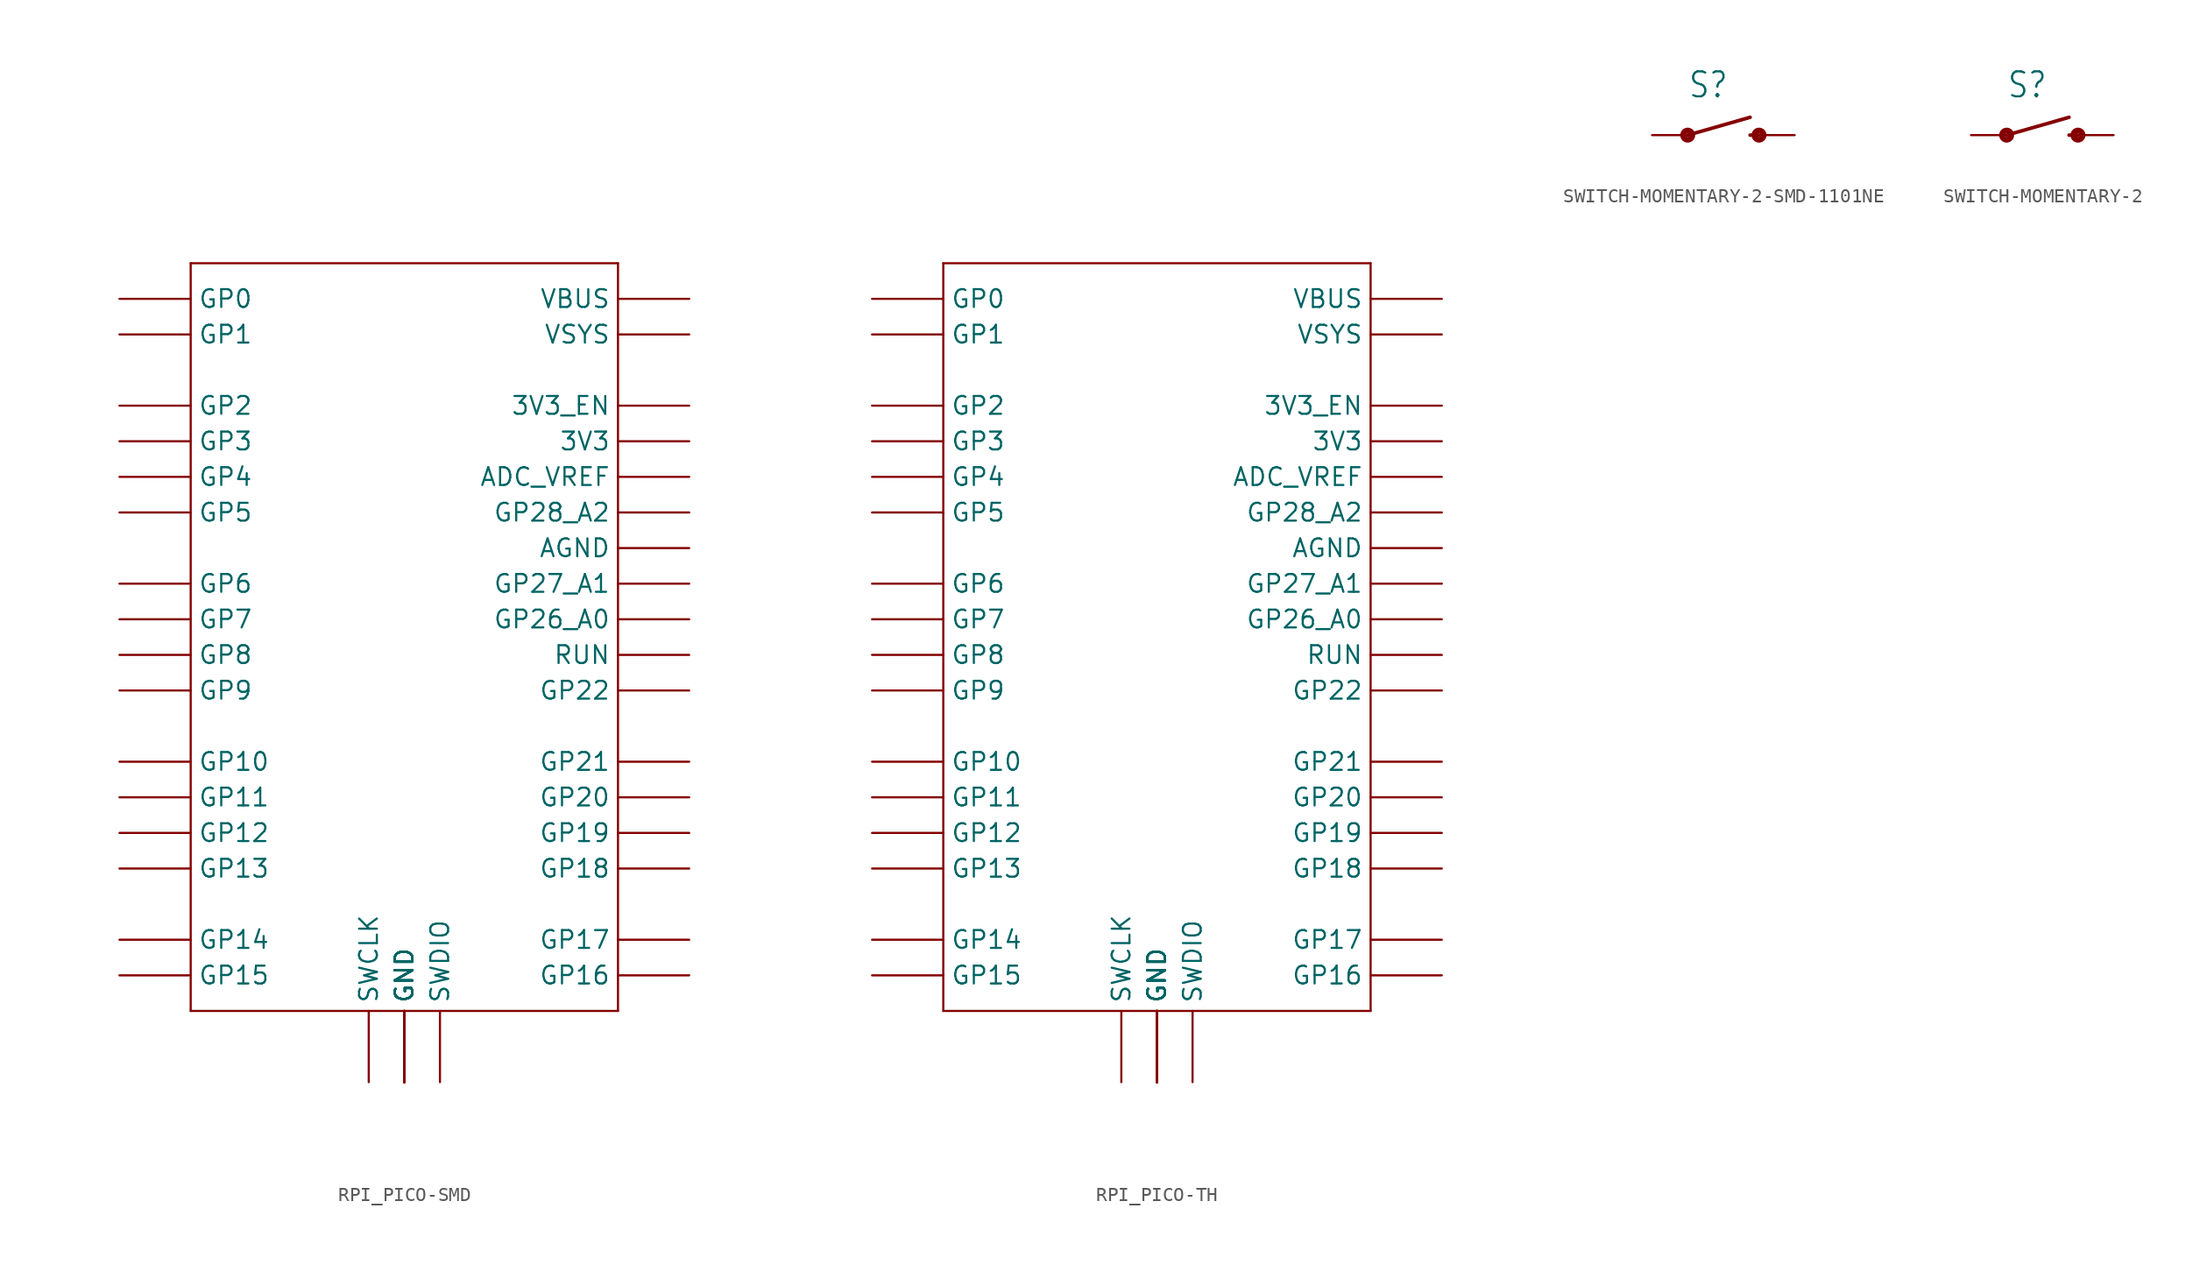
<source format=kicad_sym>
(kicad_symbol_lib
  (version 20231120)
  (generator "kicad_symbol_editor")
  (generator_version "8.0")
  (symbol "RPI_PICO-SMD"
    (property "Reference" ""
      (at 0 30.48 0)
      (effects (font (size 2.54 2.159)) (hide yes)))
    (property "Value" ""
      (at 0 35.56 0)
      (effects (font (size 2.54 2.159))))
    (property "ki_locked" ""
      (at 0 0 0)
      (effects (font (size 1.27 1.27))))
    (symbol "RPI_PICO-SMD_1_0"
      (polyline (pts (xy -15.24 -25.4) (xy 15.24 -25.4)) (stroke (width 0.152) (type solid)) (fill (type none)))
      (polyline (pts (xy -15.24 27.94) (xy -15.24 -25.4)) (stroke (width 0.152) (type solid)) (fill (type none)))
      (polyline (pts (xy 15.24 -25.4) (xy 15.24 27.94)) (stroke (width 0.152) (type solid)) (fill (type none)))
      (polyline (pts (xy 15.24 27.94) (xy -15.24 27.94)) (stroke (width 0.152) (type solid)) (fill (type none)))
      (pin bidirectional line (at 20.32 15.24 180) (length 5.08) (name "3V3" (effects (font (size 1.27 1.27)))) (number "3V3" (effects (font (size 0 0)))))
      (pin bidirectional line (at 20.32 17.78 180) (length 5.08) (name "3V3_EN" (effects (font (size 1.27 1.27)))) (number "3V3_EN" (effects (font (size 0 0)))))
      (pin bidirectional line (at 20.32 12.7 180) (length 5.08) (name "ADC_VREF" (effects (font (size 1.27 1.27)))) (number "ADC_VREF" (effects (font (size 0 0)))))
      (pin bidirectional line (at 20.32 7.62 180) (length 5.08) (name "AGND" (effects (font (size 1.27 1.27)))) (number "AGND" (effects (font (size 0 0)))))
      (pin bidirectional line (at 0 -30.48 90) (length 5.08) (name "GND" (effects (font (size 1.27 1.27)))) (number "GND@1" (effects (font (size 0 0)))))
      (pin bidirectional line (at 0 -30.48 90) (length 5.08) (name "GND" (effects (font (size 1.27 1.27)))) (number "GND@2" (effects (font (size 0 0)))))
      (pin bidirectional line (at 0 -30.48 90) (length 5.08) (name "GND" (effects (font (size 1.27 1.27)))) (number "GND@3" (effects (font (size 0 0)))))
      (pin bidirectional line (at 0 -30.48 90) (length 5.08) (name "GND" (effects (font (size 1.27 1.27)))) (number "GND@4" (effects (font (size 0 0)))))
      (pin bidirectional line (at 0 -30.48 90) (length 5.08) (name "GND" (effects (font (size 1.27 1.27)))) (number "GND@5" (effects (font (size 0 0)))))
      (pin bidirectional line (at 0 -30.48 90) (length 5.08) (name "GND" (effects (font (size 1.27 1.27)))) (number "GND@6" (effects (font (size 0 0)))))
      (pin bidirectional line (at 0 -30.48 90) (length 5.08) (name "GND" (effects (font (size 1.27 1.27)))) (number "GND@7" (effects (font (size 0 0)))))
      (pin bidirectional line (at 0 -30.48 90) (length 5.08) (name "GND" (effects (font (size 1.27 1.27)))) (number "GND@8" (effects (font (size 0 0)))))
      (pin bidirectional line (at -20.32 25.4 0) (length 5.08) (name "GP0" (effects (font (size 1.27 1.27)))) (number "GP0" (effects (font (size 0 0)))))
      (pin bidirectional line (at -20.32 22.86 0) (length 5.08) (name "GP1" (effects (font (size 1.27 1.27)))) (number "GP1" (effects (font (size 0 0)))))
      (pin bidirectional line (at -20.32 -7.62 0) (length 5.08) (name "GP10" (effects (font (size 1.27 1.27)))) (number "GP10" (effects (font (size 0 0)))))
      (pin bidirectional line (at -20.32 -10.16 0) (length 5.08) (name "GP11" (effects (font (size 1.27 1.27)))) (number "GP11" (effects (font (size 0 0)))))
      (pin bidirectional line (at -20.32 -12.7 0) (length 5.08) (name "GP12" (effects (font (size 1.27 1.27)))) (number "GP12" (effects (font (size 0 0)))))
      (pin bidirectional line (at -20.32 -15.24 0) (length 5.08) (name "GP13" (effects (font (size 1.27 1.27)))) (number "GP13" (effects (font (size 0 0)))))
      (pin bidirectional line (at -20.32 -20.32 0) (length 5.08) (name "GP14" (effects (font (size 1.27 1.27)))) (number "GP14" (effects (font (size 0 0)))))
      (pin bidirectional line (at -20.32 -22.86 0) (length 5.08) (name "GP15" (effects (font (size 1.27 1.27)))) (number "GP15" (effects (font (size 0 0)))))
      (pin bidirectional line (at 20.32 -22.86 180) (length 5.08) (name "GP16" (effects (font (size 1.27 1.27)))) (number "GP16" (effects (font (size 0 0)))))
      (pin bidirectional line (at 20.32 -20.32 180) (length 5.08) (name "GP17" (effects (font (size 1.27 1.27)))) (number "GP17" (effects (font (size 0 0)))))
      (pin bidirectional line (at 20.32 -15.24 180) (length 5.08) (name "GP18" (effects (font (size 1.27 1.27)))) (number "GP18" (effects (font (size 0 0)))))
      (pin bidirectional line (at 20.32 -12.7 180) (length 5.08) (name "GP19" (effects (font (size 1.27 1.27)))) (number "GP19" (effects (font (size 0 0)))))
      (pin bidirectional line (at -20.32 17.78 0) (length 5.08) (name "GP2" (effects (font (size 1.27 1.27)))) (number "GP2" (effects (font (size 0 0)))))
      (pin bidirectional line (at 20.32 -10.16 180) (length 5.08) (name "GP20" (effects (font (size 1.27 1.27)))) (number "GP20" (effects (font (size 0 0)))))
      (pin bidirectional line (at 20.32 -7.62 180) (length 5.08) (name "GP21" (effects (font (size 1.27 1.27)))) (number "GP21" (effects (font (size 0 0)))))
      (pin bidirectional line (at 20.32 -2.54 180) (length 5.08) (name "GP22" (effects (font (size 1.27 1.27)))) (number "GP22" (effects (font (size 0 0)))))
      (pin bidirectional line (at 20.32 2.54 180) (length 5.08) (name "GP26_A0" (effects (font (size 1.27 1.27)))) (number "GP26_A0" (effects (font (size 0 0)))))
      (pin bidirectional line (at 20.32 5.08 180) (length 5.08) (name "GP27_A1" (effects (font (size 1.27 1.27)))) (number "GP27_A1" (effects (font (size 0 0)))))
      (pin bidirectional line (at 20.32 10.16 180) (length 5.08) (name "GP28_A2" (effects (font (size 1.27 1.27)))) (number "GP28_A2" (effects (font (size 0 0)))))
      (pin bidirectional line (at -20.32 15.24 0) (length 5.08) (name "GP3" (effects (font (size 1.27 1.27)))) (number "GP3" (effects (font (size 0 0)))))
      (pin bidirectional line (at -20.32 12.7 0) (length 5.08) (name "GP4" (effects (font (size 1.27 1.27)))) (number "GP4" (effects (font (size 0 0)))))
      (pin bidirectional line (at -20.32 10.16 0) (length 5.08) (name "GP5" (effects (font (size 1.27 1.27)))) (number "GP5" (effects (font (size 0 0)))))
      (pin bidirectional line (at -20.32 5.08 0) (length 5.08) (name "GP6" (effects (font (size 1.27 1.27)))) (number "GP6" (effects (font (size 0 0)))))
      (pin bidirectional line (at -20.32 2.54 0) (length 5.08) (name "GP7" (effects (font (size 1.27 1.27)))) (number "GP7" (effects (font (size 0 0)))))
      (pin bidirectional line (at -20.32 0 0) (length 5.08) (name "GP8" (effects (font (size 1.27 1.27)))) (number "GP8" (effects (font (size 0 0)))))
      (pin bidirectional line (at -20.32 -2.54 0) (length 5.08) (name "GP9" (effects (font (size 1.27 1.27)))) (number "GP9" (effects (font (size 0 0)))))
      (pin bidirectional line (at 20.32 0 180) (length 5.08) (name "RUN" (effects (font (size 1.27 1.27)))) (number "RUN" (effects (font (size 0 0)))))
      (pin bidirectional line (at -2.54 -30.48 90) (length 5.08) (name "SWCLK" (effects (font (size 1.27 1.27)))) (number "SWCLK" (effects (font (size 0 0)))))
      (pin bidirectional line (at 2.54 -30.48 90) (length 5.08) (name "SWDIO" (effects (font (size 1.27 1.27)))) (number "SWDIO" (effects (font (size 0 0)))))
      (pin bidirectional line (at 20.32 25.4 180) (length 5.08) (name "VBUS" (effects (font (size 1.27 1.27)))) (number "VBUS" (effects (font (size 0 0)))))
      (pin bidirectional line (at 20.32 22.86 180) (length 5.08) (name "VSYS" (effects (font (size 1.27 1.27)))) (number "VSYS" (effects (font (size 0 0)))))))
  (symbol "RPI_PICO-TH"
    (property "Reference" ""
      (at 0 30.48 0)
      (effects (font (size 2.54 2.159)) (hide yes)))
    (property "Value" ""
      (at 0 35.56 0)
      (effects (font (size 2.54 2.159))))
    (property "ki_locked" ""
      (at 0 0 0)
      (effects (font (size 1.27 1.27))))
    (symbol "RPI_PICO-TH_1_0"
      (polyline (pts (xy -15.24 -25.4) (xy 15.24 -25.4)) (stroke (width 0.152) (type solid)) (fill (type none)))
      (polyline (pts (xy -15.24 27.94) (xy -15.24 -25.4)) (stroke (width 0.152) (type solid)) (fill (type none)))
      (polyline (pts (xy 15.24 -25.4) (xy 15.24 27.94)) (stroke (width 0.152) (type solid)) (fill (type none)))
      (polyline (pts (xy 15.24 27.94) (xy -15.24 27.94)) (stroke (width 0.152) (type solid)) (fill (type none)))
      (pin bidirectional line (at 20.32 15.24 180) (length 5.08) (name "3V3" (effects (font (size 1.27 1.27)))) (number "3V3" (effects (font (size 0 0)))))
      (pin bidirectional line (at 20.32 17.78 180) (length 5.08) (name "3V3_EN" (effects (font (size 1.27 1.27)))) (number "3V3_EN" (effects (font (size 0 0)))))
      (pin bidirectional line (at 20.32 12.7 180) (length 5.08) (name "ADC_VREF" (effects (font (size 1.27 1.27)))) (number "ADC_VREF" (effects (font (size 0 0)))))
      (pin bidirectional line (at 20.32 7.62 180) (length 5.08) (name "AGND" (effects (font (size 1.27 1.27)))) (number "AGND" (effects (font (size 0 0)))))
      (pin bidirectional line (at 0 -30.48 90) (length 5.08) (name "GND" (effects (font (size 1.27 1.27)))) (number "GND@1" (effects (font (size 0 0)))))
      (pin bidirectional line (at 0 -30.48 90) (length 5.08) (name "GND" (effects (font (size 1.27 1.27)))) (number "GND@2" (effects (font (size 0 0)))))
      (pin bidirectional line (at 0 -30.48 90) (length 5.08) (name "GND" (effects (font (size 1.27 1.27)))) (number "GND@3" (effects (font (size 0 0)))))
      (pin bidirectional line (at 0 -30.48 90) (length 5.08) (name "GND" (effects (font (size 1.27 1.27)))) (number "GND@4" (effects (font (size 0 0)))))
      (pin bidirectional line (at 0 -30.48 90) (length 5.08) (name "GND" (effects (font (size 1.27 1.27)))) (number "GND@5" (effects (font (size 0 0)))))
      (pin bidirectional line (at 0 -30.48 90) (length 5.08) (name "GND" (effects (font (size 1.27 1.27)))) (number "GND@6" (effects (font (size 0 0)))))
      (pin bidirectional line (at 0 -30.48 90) (length 5.08) (name "GND" (effects (font (size 1.27 1.27)))) (number "GND@7" (effects (font (size 0 0)))))
      (pin bidirectional line (at 0 -30.48 90) (length 5.08) (name "GND" (effects (font (size 1.27 1.27)))) (number "GND@8" (effects (font (size 0 0)))))
      (pin bidirectional line (at -20.32 25.4 0) (length 5.08) (name "GP0" (effects (font (size 1.27 1.27)))) (number "GP0" (effects (font (size 0 0)))))
      (pin bidirectional line (at -20.32 22.86 0) (length 5.08) (name "GP1" (effects (font (size 1.27 1.27)))) (number "GP1" (effects (font (size 0 0)))))
      (pin bidirectional line (at -20.32 -7.62 0) (length 5.08) (name "GP10" (effects (font (size 1.27 1.27)))) (number "GP10" (effects (font (size 0 0)))))
      (pin bidirectional line (at -20.32 -10.16 0) (length 5.08) (name "GP11" (effects (font (size 1.27 1.27)))) (number "GP11" (effects (font (size 0 0)))))
      (pin bidirectional line (at -20.32 -12.7 0) (length 5.08) (name "GP12" (effects (font (size 1.27 1.27)))) (number "GP12" (effects (font (size 0 0)))))
      (pin bidirectional line (at -20.32 -15.24 0) (length 5.08) (name "GP13" (effects (font (size 1.27 1.27)))) (number "GP13" (effects (font (size 0 0)))))
      (pin bidirectional line (at -20.32 -20.32 0) (length 5.08) (name "GP14" (effects (font (size 1.27 1.27)))) (number "GP14" (effects (font (size 0 0)))))
      (pin bidirectional line (at -20.32 -22.86 0) (length 5.08) (name "GP15" (effects (font (size 1.27 1.27)))) (number "GP15" (effects (font (size 0 0)))))
      (pin bidirectional line (at 20.32 -22.86 180) (length 5.08) (name "GP16" (effects (font (size 1.27 1.27)))) (number "GP16" (effects (font (size 0 0)))))
      (pin bidirectional line (at 20.32 -20.32 180) (length 5.08) (name "GP17" (effects (font (size 1.27 1.27)))) (number "GP17" (effects (font (size 0 0)))))
      (pin bidirectional line (at 20.32 -15.24 180) (length 5.08) (name "GP18" (effects (font (size 1.27 1.27)))) (number "GP18" (effects (font (size 0 0)))))
      (pin bidirectional line (at 20.32 -12.7 180) (length 5.08) (name "GP19" (effects (font (size 1.27 1.27)))) (number "GP19" (effects (font (size 0 0)))))
      (pin bidirectional line (at -20.32 17.78 0) (length 5.08) (name "GP2" (effects (font (size 1.27 1.27)))) (number "GP2" (effects (font (size 0 0)))))
      (pin bidirectional line (at 20.32 -10.16 180) (length 5.08) (name "GP20" (effects (font (size 1.27 1.27)))) (number "GP20" (effects (font (size 0 0)))))
      (pin bidirectional line (at 20.32 -7.62 180) (length 5.08) (name "GP21" (effects (font (size 1.27 1.27)))) (number "GP21" (effects (font (size 0 0)))))
      (pin bidirectional line (at 20.32 -2.54 180) (length 5.08) (name "GP22" (effects (font (size 1.27 1.27)))) (number "GP22" (effects (font (size 0 0)))))
      (pin bidirectional line (at 20.32 2.54 180) (length 5.08) (name "GP26_A0" (effects (font (size 1.27 1.27)))) (number "GP26_A0" (effects (font (size 0 0)))))
      (pin bidirectional line (at 20.32 5.08 180) (length 5.08) (name "GP27_A1" (effects (font (size 1.27 1.27)))) (number "GP27_A1" (effects (font (size 0 0)))))
      (pin bidirectional line (at 20.32 10.16 180) (length 5.08) (name "GP28_A2" (effects (font (size 1.27 1.27)))) (number "GP28_A2" (effects (font (size 0 0)))))
      (pin bidirectional line (at -20.32 15.24 0) (length 5.08) (name "GP3" (effects (font (size 1.27 1.27)))) (number "GP3" (effects (font (size 0 0)))))
      (pin bidirectional line (at -20.32 12.7 0) (length 5.08) (name "GP4" (effects (font (size 1.27 1.27)))) (number "GP4" (effects (font (size 0 0)))))
      (pin bidirectional line (at -20.32 10.16 0) (length 5.08) (name "GP5" (effects (font (size 1.27 1.27)))) (number "GP5" (effects (font (size 0 0)))))
      (pin bidirectional line (at -20.32 5.08 0) (length 5.08) (name "GP6" (effects (font (size 1.27 1.27)))) (number "GP6" (effects (font (size 0 0)))))
      (pin bidirectional line (at -20.32 2.54 0) (length 5.08) (name "GP7" (effects (font (size 1.27 1.27)))) (number "GP7" (effects (font (size 0 0)))))
      (pin bidirectional line (at -20.32 0 0) (length 5.08) (name "GP8" (effects (font (size 1.27 1.27)))) (number "GP8" (effects (font (size 0 0)))))
      (pin bidirectional line (at -20.32 -2.54 0) (length 5.08) (name "GP9" (effects (font (size 1.27 1.27)))) (number "GP9" (effects (font (size 0 0)))))
      (pin bidirectional line (at 20.32 0 180) (length 5.08) (name "RUN" (effects (font (size 1.27 1.27)))) (number "RUN" (effects (font (size 0 0)))))
      (pin bidirectional line (at -2.54 -30.48 90) (length 5.08) (name "SWCLK" (effects (font (size 1.27 1.27)))) (number "SWCLK" (effects (font (size 0 0)))))
      (pin bidirectional line (at 2.54 -30.48 90) (length 5.08) (name "SWDIO" (effects (font (size 1.27 1.27)))) (number "SWDIO" (effects (font (size 0 0)))))
      (pin bidirectional line (at 20.32 25.4 180) (length 5.08) (name "VBUS" (effects (font (size 1.27 1.27)))) (number "VBUS" (effects (font (size 0 0)))))
      (pin bidirectional line (at 20.32 22.86 180) (length 5.08) (name "VSYS" (effects (font (size 1.27 1.27)))) (number "VSYS" (effects (font (size 0 0)))))))
  (symbol "SWITCH-MOMENTARY-2-SMD-1101NE"
    (property "Reference" "S"
      (at -2.54 2.54 0)
      (effects (font (size 1.778 1.511)) (justify left bottom)))
    (property "Value" ""
      (at -2.54 -2.54 0)
      (effects (font (size 1.778 1.511)) (justify left bottom)))
    (property "ki_locked" ""
      (at 0 0 0)
      (effects (font (size 1.27 1.27))))
    (symbol "SWITCH-MOMENTARY-2-SMD-1101NE_1_0"
      (circle (center -2.54 0) (radius 0.127) (stroke (width 0.406) (type solid)) (fill (type none)))
      (polyline (pts (xy -2.54 0) (xy 1.905 1.27)) (stroke (width 0.254) (type solid)) (fill (type none)))
      (polyline (pts (xy 1.905 0) (xy 2.54 0)) (stroke (width 0.254) (type solid)) (fill (type none)))
      (circle (center 2.54 0) (radius 0.127) (stroke (width 0.406) (type solid)) (fill (type none)))
      (pin passive line (at -5.08 0 0) (length 2.54) (name "1" (effects (font (size 0 0)))) (number "P$1" (effects (font (size 0 0)))))
      (pin passive line (at 5.08 0 180) (length 2.54) (name "2" (effects (font (size 0 0)))) (number "P$2" (effects (font (size 0 0)))))))
  (symbol "SWITCH-MOMENTARY-2"
    (property "Reference" "S"
      (at -2.54 2.54 0)
      (effects (font (size 1.778 1.511)) (justify left bottom)))
    (property "Value" ""
      (at -2.54 -2.54 0)
      (effects (font (size 1.778 1.511)) (justify left bottom)))
    (property "ki_locked" ""
      (at 0 0 0)
      (effects (font (size 1.27 1.27))))
    (symbol "SWITCH-MOMENTARY-2_1_0"
      (circle (center -2.54 0) (radius 0.127) (stroke (width 0.406) (type solid)) (fill (type none)))
      (polyline (pts (xy -2.54 0) (xy 1.905 1.27)) (stroke (width 0.254) (type solid)) (fill (type none)))
      (polyline (pts (xy 1.905 0) (xy 2.54 0)) (stroke (width 0.254) (type solid)) (fill (type none)))
      (circle (center 2.54 0) (radius 0.127) (stroke (width 0.406) (type solid)) (fill (type none)))
      (pin passive line (at -5.08 0 0) (length 2.54) (name "1" (effects (font (size 0 0)))) (number "A2" (effects (font (size 0 0)))))
      (pin passive line (at 5.08 0 180) (length 2.54) (name "2" (effects (font (size 0 0)))) (number "B2" (effects (font (size 0 0))))))))
</source>
